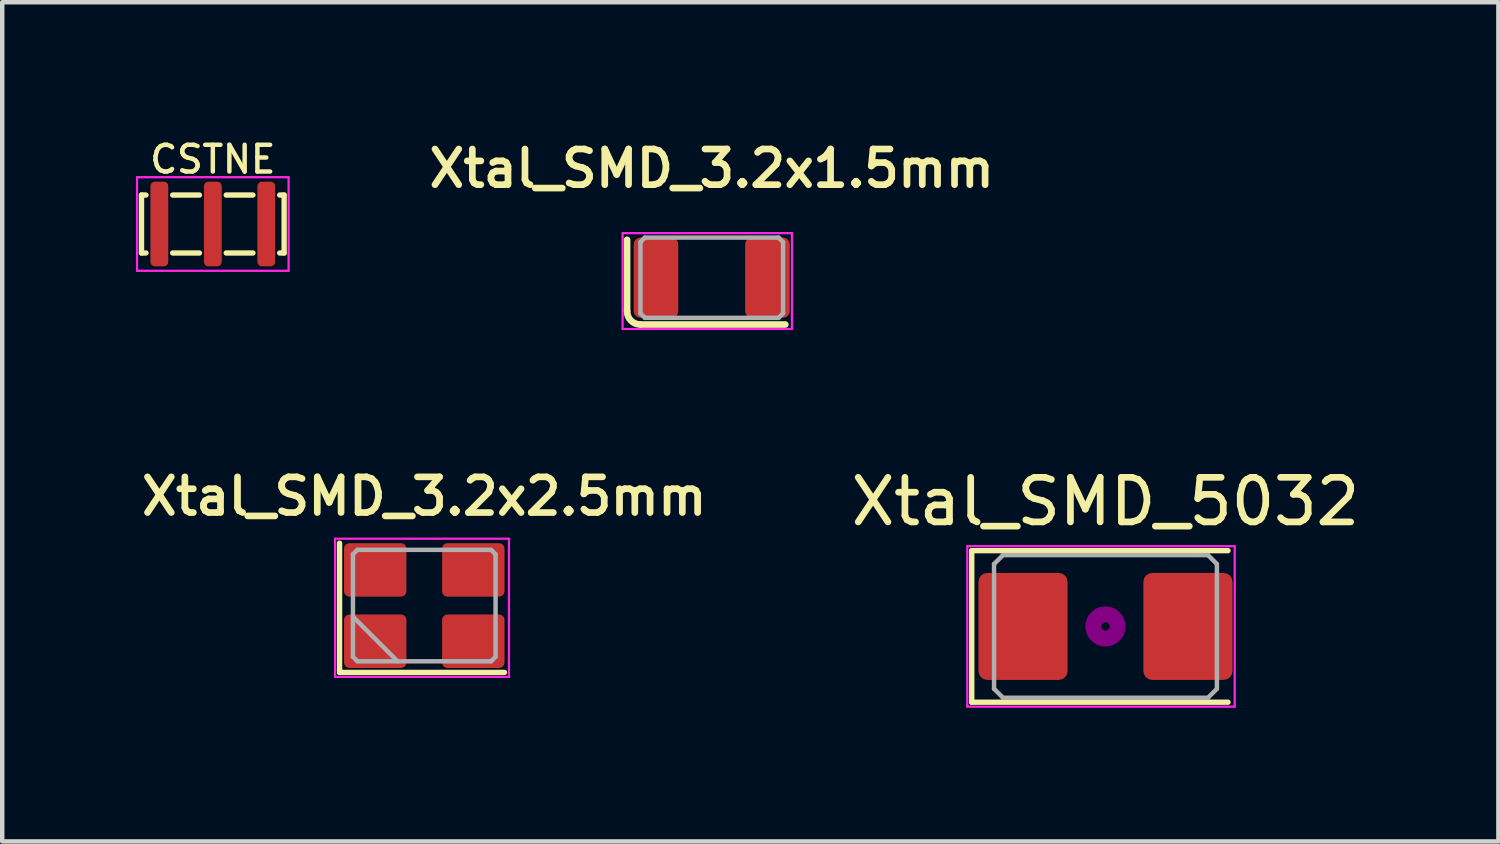
<source format=kicad_pcb>
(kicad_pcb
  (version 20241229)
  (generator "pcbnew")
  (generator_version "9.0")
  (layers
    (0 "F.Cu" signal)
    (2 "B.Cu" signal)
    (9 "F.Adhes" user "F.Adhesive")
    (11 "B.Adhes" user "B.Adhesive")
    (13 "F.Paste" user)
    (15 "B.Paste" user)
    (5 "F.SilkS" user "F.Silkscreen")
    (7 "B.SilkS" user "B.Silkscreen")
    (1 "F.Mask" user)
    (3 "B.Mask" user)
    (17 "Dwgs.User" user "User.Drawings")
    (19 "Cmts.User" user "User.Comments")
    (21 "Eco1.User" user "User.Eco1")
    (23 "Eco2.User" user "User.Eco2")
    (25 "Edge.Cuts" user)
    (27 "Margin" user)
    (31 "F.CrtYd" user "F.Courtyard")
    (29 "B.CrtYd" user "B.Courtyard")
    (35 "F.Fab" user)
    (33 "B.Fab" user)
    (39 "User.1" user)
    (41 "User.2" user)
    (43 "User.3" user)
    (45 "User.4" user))
  (footprint "Xtal_SMD_3.2x1.5mm"
    (layer "F.Cu")
    (at 12.919 3.181)
    (property "Reference" "Xtal_SMD_3.2x1.5mm" (at 0 -2.45 0) (layer "F.SilkS") (effects (font (size 0.8 0.8) (thickness 0.15))))
    (attr smd)
    (fp_line (start -1.9 -0.85) (end -1.9 0.75) (stroke (width 0.15) (type solid)) (layer "F.SilkS"))
    (fp_line (start -1.6 1.05) (end 1.65 1.05) (stroke (width 0.15) (type solid)) (layer "F.SilkS"))
    (fp_arc (start -1.6 1.05) (mid -1.812132 0.962132) (end -1.9 0.75) (stroke (width 0.15) (type solid)) (layer "F.SilkS"))
    (fp_line (start -2 -1) (end -2 1.15) (stroke (width 0.05) (type solid)) (layer "F.CrtYd"))
    (fp_line (start -2 1.15) (end 1.8 1.15) (stroke (width 0.05) (type solid)) (layer "F.CrtYd"))
    (fp_line (start 1.8 -1) (end -2 -1) (stroke (width 0.05) (type solid)) (layer "F.CrtYd"))
    (fp_line (start 1.8 1.15) (end 1.8 -1) (stroke (width 0.05) (type solid)) (layer "F.CrtYd"))
    (fp_line (start -1.6 -0.8) (end -1.5 -0.9) (stroke (width 0.1) (type solid)) (layer "F.Fab"))
    (fp_line (start -1.6 0.8) (end -1.6 -0.8) (stroke (width 0.1) (type solid)) (layer "F.Fab"))
    (fp_line (start -1.5 -0.9) (end 1.5 -0.9) (stroke (width 0.1) (type solid)) (layer "F.Fab"))
    (fp_line (start -1.5 0.9) (end -1.6 0.8) (stroke (width 0.1) (type solid)) (layer "F.Fab"))
    (fp_line (start 1.5 -0.9) (end 1.6 -0.8) (stroke (width 0.1) (type solid)) (layer "F.Fab"))
    (fp_line (start 1.5 0.9) (end -1.5 0.9) (stroke (width 0.1) (type solid)) (layer "F.Fab"))
    (fp_line (start 1.6 -0.8) (end 1.6 0.8) (stroke (width 0.1) (type solid)) (layer "F.Fab"))
    (fp_line (start 1.6 0.8) (end 1.5 0.9) (stroke (width 0.1) (type solid)) (layer "F.Fab"))
    (pad "1" smd roundrect (at -1.25 0) (size 1 1.8) (layers "F.Cu" "F.Mask" "F.Paste") (roundrect_rratio 0.15))
    (pad "2" smd roundrect (at 1.25 0) (size 1 1.8) (layers "F.Cu" "F.Mask" "F.Paste") (roundrect_rratio 0.15)))
  (footprint "Xtal_SMD_5032"
    (layer "F.Cu")
    (at 21.753 11.005)
    (property "Reference" "Xtal_SMD_5032" (at 0 -2.8 0) (layer "F.SilkS") (effects (font (size 1 1) (thickness 0.15))))
    (attr smd)
    (fp_line (start -3 -1.7) (end -3 1.7) (stroke (width 0.12) (type solid)) (layer "F.SilkS"))
    (fp_line (start -3 1.7) (end 2.75 1.7) (stroke (width 0.12) (type solid)) (layer "F.SilkS"))
    (fp_line (start 2.75 -1.7) (end -3 -1.7) (stroke (width 0.12) (type solid)) (layer "F.SilkS"))
    (fp_circle (center 0 0) (end 0.093 0) (stroke (width 0.187) (type solid)) (fill no) (layer "F.Adhes"))
    (fp_circle (center 0 0) (end 0.213 0) (stroke (width 0.133) (type solid)) (fill no) (layer "F.Adhes"))
    (fp_circle (center 0 0) (end 0.333 0) (stroke (width 0.133) (type solid)) (fill no) (layer "F.Adhes"))
    (fp_circle (center 0 0) (end 0.4 0) (stroke (width 0.1) (type solid)) (fill no) (layer "F.Adhes"))
    (fp_line (start -3.1 -1.8) (end -3.1 1.8) (stroke (width 0.05) (type solid)) (layer "F.CrtYd"))
    (fp_line (start -3.1 1.8) (end 2.9 1.8) (stroke (width 0.05) (type solid)) (layer "F.CrtYd"))
    (fp_line (start 2.9 -1.8) (end -3.1 -1.8) (stroke (width 0.05) (type solid)) (layer "F.CrtYd"))
    (fp_line (start 2.9 1.8) (end 2.9 -1.8) (stroke (width 0.05) (type solid)) (layer "F.CrtYd"))
    (fp_line (start -2.5 -1.4) (end -2.3 -1.6) (stroke (width 0.1) (type solid)) (layer "F.Fab"))
    (fp_line (start -2.5 1.4) (end -2.5 -1.4) (stroke (width 0.1) (type solid)) (layer "F.Fab"))
    (fp_line (start -2.3 -1.6) (end 2.3 -1.6) (stroke (width 0.1) (type solid)) (layer "F.Fab"))
    (fp_line (start -2.3 1.6) (end -2.5 1.4) (stroke (width 0.1) (type solid)) (layer "F.Fab"))
    (fp_line (start 2.3 -1.6) (end 2.5 -1.4) (stroke (width 0.1) (type solid)) (layer "F.Fab"))
    (fp_line (start 2.3 1.6) (end -2.3 1.6) (stroke (width 0.1) (type solid)) (layer "F.Fab"))
    (fp_line (start 2.5 -1.4) (end 2.5 1.4) (stroke (width 0.1) (type solid)) (layer "F.Fab"))
    (fp_line (start 2.5 1.4) (end 2.3 1.6) (stroke (width 0.1) (type solid)) (layer "F.Fab"))
    (pad "1" smd roundrect (at -1.85 0) (size 2 2.4) (layers "F.Cu" "F.Mask" "F.Paste") (roundrect_rratio 0.1))
    (pad "2" smd roundrect (at 1.85 0) (size 2 2.4) (layers "F.Cu" "F.Mask" "F.Paste") (roundrect_rratio 0.1)))
  (footprint "CSTNE"
    (layer "F.Cu")
    (at 1.725 1.976)
    (property "Reference" "CSTNE" (at 0 -1.45 0) (unlocked yes) (layer "F.SilkS") (effects (font (size 0.6 0.6) (thickness 0.1))))
    (attr smd)
    (fp_line (start -1.6 -0.65) (end -1.6 0.65) (stroke (width 0.12) (type solid)) (layer "F.SilkS"))
    (fp_line (start -1.6 -0.65) (end -1.5 -0.65) (stroke (width 0.12) (type solid)) (layer "F.SilkS"))
    (fp_line (start -1.6 0.65) (end -1.5 0.65) (stroke (width 0.12) (type solid)) (layer "F.SilkS"))
    (fp_line (start -0.9 -0.65) (end -0.3 -0.65) (stroke (width 0.12) (type solid)) (layer "F.SilkS"))
    (fp_line (start -0.9 0.65) (end -0.3 0.65) (stroke (width 0.12) (type solid)) (layer "F.SilkS"))
    (fp_line (start 0.3 -0.65) (end 0.9 -0.65) (stroke (width 0.12) (type solid)) (layer "F.SilkS"))
    (fp_line (start 0.3 0.65) (end 0.9 0.65) (stroke (width 0.12) (type solid)) (layer "F.SilkS"))
    (fp_line (start 1.5 -0.65) (end 1.6 -0.65) (stroke (width 0.12) (type solid)) (layer "F.SilkS"))
    (fp_line (start 1.5 0.65) (end 1.6 0.65) (stroke (width 0.12) (type solid)) (layer "F.SilkS"))
    (fp_line (start 1.6 -0.65) (end 1.6 0.65) (stroke (width 0.12) (type solid)) (layer "F.SilkS"))
    (fp_line (start -1.7 -1.05) (end -1.7 1.05) (stroke (width 0.05) (type solid)) (layer "F.CrtYd"))
    (fp_line (start -1.7 1.05) (end 1.7 1.05) (stroke (width 0.05) (type solid)) (layer "F.CrtYd"))
    (fp_line (start 1.7 -1.05) (end -1.7 -1.05) (stroke (width 0.05) (type solid)) (layer "F.CrtYd"))
    (fp_line (start 1.7 1.05) (end 1.7 -1.05) (stroke (width 0.05) (type solid)) (layer "F.CrtYd"))
    (pad "1" smd roundrect (at -1.2 0 90) (size 1.9 0.4) (layers "F.Cu" "F.Mask" "F.Paste") (roundrect_rratio 0.25))
    (pad "2" smd roundrect (at 0 0 90) (size 1.9 0.4) (layers "F.Cu" "F.Mask" "F.Paste") (roundrect_rratio 0.25))
    (pad "3" smd roundrect (at 1.2 0 90) (size 1.9 0.4) (layers "F.Cu" "F.Mask" "F.Paste") (roundrect_rratio 0.25)))
  (footprint "Xtal_SMD_3.2x2.5mm"
    (layer "F.Cu")
    (at 6.469 10.537)
    (property "Reference" "Xtal_SMD_3.2x2.5mm" (at 0 -2.45 0) (layer "F.SilkS") (effects (font (size 0.8 0.8) (thickness 0.15))))
    (attr smd)
    (fp_line (start -1.9 -1.4) (end -1.9 1.5) (stroke (width 0.12) (type solid)) (layer "F.SilkS"))
    (fp_line (start -1.9 1.5) (end 1.8 1.5) (stroke (width 0.12) (type solid)) (layer "F.SilkS"))
    (fp_line (start -2 -1.5) (end -2 1.6) (stroke (width 0.05) (type solid)) (layer "F.CrtYd"))
    (fp_line (start -2 1.6) (end 1.9 1.6) (stroke (width 0.05) (type solid)) (layer "F.CrtYd"))
    (fp_line (start 1.9 -1.5) (end -2 -1.5) (stroke (width 0.05) (type solid)) (layer "F.CrtYd"))
    (fp_line (start 1.9 1.6) (end 1.9 -1.5) (stroke (width 0.05) (type solid)) (layer "F.CrtYd"))
    (fp_line (start -1.6 -1.15) (end -1.5 -1.25) (stroke (width 0.1) (type solid)) (layer "F.Fab"))
    (fp_line (start -1.6 0.25) (end -0.6 1.25) (stroke (width 0.1) (type solid)) (layer "F.Fab"))
    (fp_line (start -1.6 1.15) (end -1.6 -1.15) (stroke (width 0.1) (type solid)) (layer "F.Fab"))
    (fp_line (start -1.5 -1.25) (end 1.5 -1.25) (stroke (width 0.1) (type solid)) (layer "F.Fab"))
    (fp_line (start -1.5 1.25) (end -1.6 1.15) (stroke (width 0.1) (type solid)) (layer "F.Fab"))
    (fp_line (start 1.5 -1.25) (end 1.6 -1.15) (stroke (width 0.1) (type solid)) (layer "F.Fab"))
    (fp_line (start 1.5 1.25) (end -1.5 1.25) (stroke (width 0.1) (type solid)) (layer "F.Fab"))
    (fp_line (start 1.6 -1.15) (end 1.6 1.15) (stroke (width 0.1) (type solid)) (layer "F.Fab"))
    (fp_line (start 1.6 1.15) (end 1.5 1.25) (stroke (width 0.1) (type solid)) (layer "F.Fab"))
    (pad "1" smd roundrect (at -1.1 0.8) (size 1.4 1.2) (layers "F.Cu" "F.Mask" "F.Paste") (roundrect_rratio 0.1))
    (pad "2" smd roundrect (at 1.1 0.8) (size 1.4 1.2) (layers "F.Cu" "F.Mask" "F.Paste") (roundrect_rratio 0.1))
    (pad "3" smd roundrect (at 1.1 -0.8) (size 1.4 1.2) (layers "F.Cu" "F.Mask" "F.Paste") (roundrect_rratio 0.1))
    (pad "4" smd roundrect (at -1.1 -0.8) (size 1.4 1.2) (layers "F.Cu" "F.Mask" "F.Paste") (roundrect_rratio 0.1)))
  (gr_rect
    (start -3 -3)
    (end 30.569 15.829)
    (stroke (width 0.1) (type default))
    (fill no)
    (layer "Edge.Cuts")))
</source>
